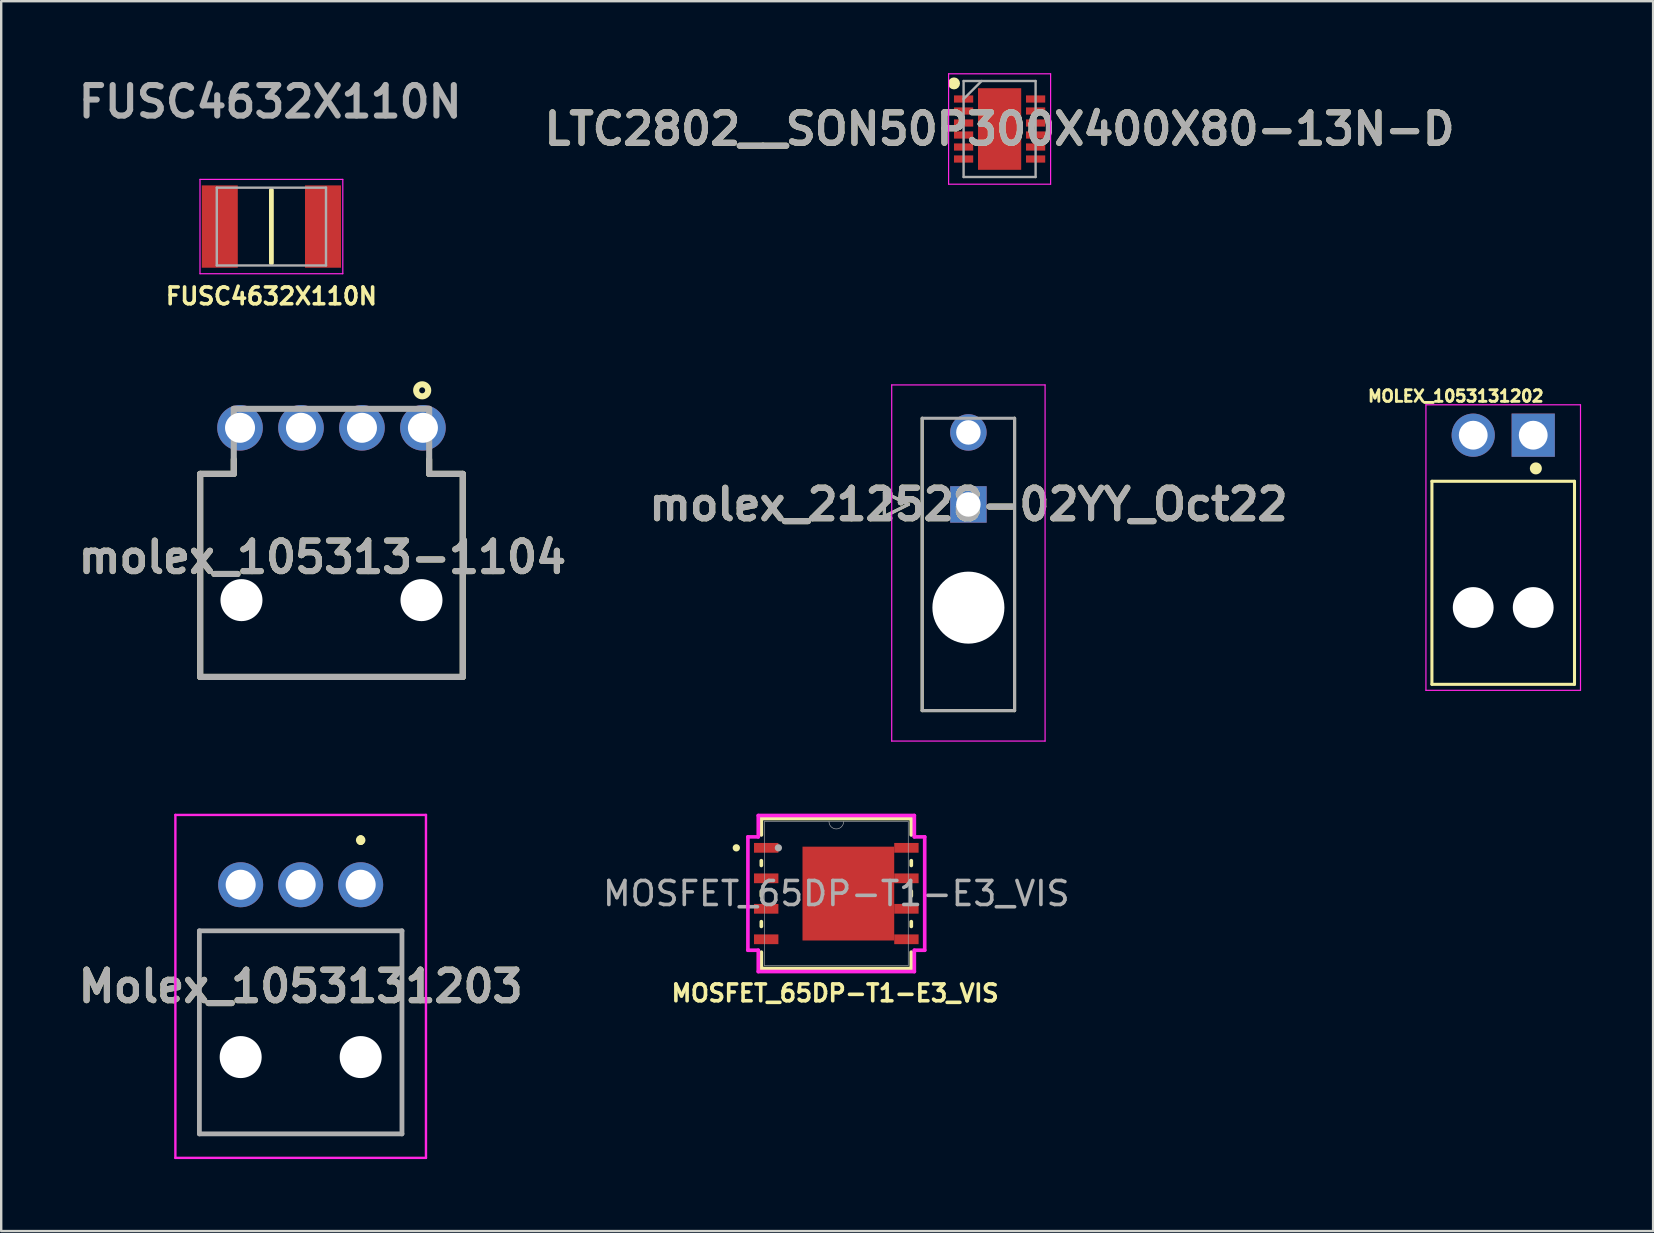
<source format=kicad_pcb>
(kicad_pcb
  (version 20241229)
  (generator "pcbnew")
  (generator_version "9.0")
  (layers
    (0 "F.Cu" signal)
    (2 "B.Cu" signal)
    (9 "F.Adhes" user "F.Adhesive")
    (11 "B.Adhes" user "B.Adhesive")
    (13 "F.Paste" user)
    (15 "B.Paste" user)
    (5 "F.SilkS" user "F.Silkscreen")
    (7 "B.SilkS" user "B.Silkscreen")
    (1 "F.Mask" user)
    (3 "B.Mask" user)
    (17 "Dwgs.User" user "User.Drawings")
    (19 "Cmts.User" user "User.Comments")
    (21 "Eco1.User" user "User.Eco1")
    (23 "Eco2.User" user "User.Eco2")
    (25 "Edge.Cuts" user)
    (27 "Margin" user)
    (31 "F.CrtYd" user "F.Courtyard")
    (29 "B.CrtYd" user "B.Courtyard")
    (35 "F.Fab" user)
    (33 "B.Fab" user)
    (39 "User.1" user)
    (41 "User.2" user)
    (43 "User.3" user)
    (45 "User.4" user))
  (footprint "molex_212528-02YY_Oct22"
    (layer "F.Cu")
    (at 37.296 17.966)
    (property "Reference" "molex_212528-02YY_Oct22" (at 0 0 0) (layer "F.SilkS") (effects (font (size 1.27 1.27) (thickness 0.254))))
    (attr through_hole)
    (fp_line (start -3.5 -0.5) (end -2.5 0) (stroke (width 0.127) (type solid)) (layer "F.SilkS"))
    (fp_line (start -3.5 0.5) (end -3.5 -0.5) (stroke (width 0.127) (type solid)) (layer "F.SilkS"))
    (fp_line (start -2.5 0) (end -3.5 0.5) (stroke (width 0.127) (type solid)) (layer "F.SilkS"))
    (fp_line (start -1.925 8.59) (end -1.925 -3.59) (stroke (width 0.127) (type solid)) (layer "F.SilkS"))
    (fp_line (start 1.925 -3.59) (end 1.925 8.59) (stroke (width 0.127) (type solid)) (layer "F.SilkS"))
    (fp_line (start 1.925 8.59) (end -1.925 8.59) (stroke (width 0.127) (type solid)) (layer "F.SilkS"))
    (fp_line (start -3.195 -4.979) (end 3.195 -4.979) (stroke (width 0.05) (type solid)) (layer "F.CrtYd"))
    (fp_line (start -3.195 9.86) (end -3.195 -4.979) (stroke (width 0.05) (type solid)) (layer "F.CrtYd"))
    (fp_line (start 3.195 -4.979) (end 3.195 9.86) (stroke (width 0.05) (type solid)) (layer "F.CrtYd"))
    (fp_line (start 3.195 9.86) (end -3.195 9.86) (stroke (width 0.05) (type solid)) (layer "F.CrtYd"))
    (fp_line (start -3.5 -0.5) (end -2.5 0) (stroke (width 0.127) (type solid)) (layer "F.Fab"))
    (fp_line (start -3.5 0.5) (end -3.5 -0.5) (stroke (width 0.127) (type solid)) (layer "F.Fab"))
    (fp_line (start -2.5 0) (end -3.5 0.5) (stroke (width 0.127) (type solid)) (layer "F.Fab"))
    (fp_line (start -1.925 -3.59) (end 1.925 -3.59) (stroke (width 0.127) (type solid)) (layer "F.Fab"))
    (fp_line (start -1.925 8.59) (end -1.925 -3.59) (stroke (width 0.127) (type solid)) (layer "F.Fab"))
    (fp_line (start 1.925 -3.59) (end 1.925 8.59) (stroke (width 0.127) (type solid)) (layer "F.Fab"))
    (fp_line (start 1.925 8.59) (end -1.925 8.59) (stroke (width 0.127) (type solid)) (layer "F.Fab"))
    (fp_text user "${REFERENCE}" (at 0 0 0) (layer "F.Fab") (effects (font (size 1.27 1.27) (thickness 0.254))))
    (pad "" np_thru_hole circle (at 0 4.3) (size 3 3) (drill 3) (layers "*.Cu" "*.Mask"))
    (pad "1" thru_hole rect (at 0 0) (size 1.52 1.52) (drill 1.02) (layers "*.Cu" "*.Mask"))
    (pad "2" thru_hole circle (at 0 -3) (size 1.52 1.52) (drill 1.02) (layers "*.Cu" "*.Mask")))
  (footprint "MOLEX_1053131202"
    (layer "F.Cu")
    (at 60.828 15.081)
    (property "Reference" "MOLEX_1053131202" (at -3.226 -1.627 0) (layer "F.SilkS") (effects (font (size 0.481 0.481) (thickness 0.12))))
    (attr through_hole)
    (fp_line (start -4.22 1.92) (end 1.72 1.92) (stroke (width 0.127) (type solid)) (layer "F.SilkS"))
    (fp_line (start -4.22 10.38) (end -4.22 1.92) (stroke (width 0.127) (type solid)) (layer "F.SilkS"))
    (fp_line (start 1.72 1.92) (end 1.72 10.38) (stroke (width 0.127) (type solid)) (layer "F.SilkS"))
    (fp_line (start 1.72 10.38) (end -4.22 10.38) (stroke (width 0.127) (type solid)) (layer "F.SilkS"))
    (fp_circle (center 0.11 1.384) (end 0.36 1.384) (stroke (width 0) (type solid)) (fill yes) (layer "F.SilkS"))
    (fp_line (start -4.47 -1.266) (end 1.97 -1.266) (stroke (width 0.05) (type solid)) (layer "F.CrtYd"))
    (fp_line (start -4.47 10.63) (end -4.47 -1.266) (stroke (width 0.05) (type solid)) (layer "F.CrtYd"))
    (fp_line (start 1.97 -1.266) (end 1.97 10.63) (stroke (width 0.05) (type solid)) (layer "F.CrtYd"))
    (fp_line (start 1.97 10.63) (end -4.47 10.63) (stroke (width 0.05) (type solid)) (layer "F.CrtYd"))
    (pad "" np_thru_hole circle (at -2.5 7.18) (size 1.7 1.7) (drill 1.7) (layers "*.Cu" "*.Mask"))
    (pad "" np_thru_hole circle (at 0 7.18) (size 1.7 1.7) (drill 1.7) (layers "*.Cu" "*.Mask"))
    (pad "1" thru_hole rect (at 0 0) (size 1.8 1.8) (drill 1.2) (layers "*.Cu" "*.Mask"))
    (pad "2" thru_hole circle (at -2.5 0) (size 1.8 1.8) (drill 1.2) (layers "*.Cu" "*.Mask")))
  (footprint "Molex_1053131203"
    (layer "F.Cu")
    (at 11.977 33.811)
    (property "Reference" "Molex_1053131203" (at -2.5 4.235 0) (layer "F.SilkS") (effects (font (size 1.27 1.27) (thickness 0.254))))
    (attr through_hole)
    (fp_line (start -6.72 1.92) (end 1.72 1.92) (stroke (width 0.1) (type solid)) (layer "F.SilkS"))
    (fp_line (start -6.72 10.38) (end -6.72 1.92) (stroke (width 0.1) (type solid)) (layer "F.SilkS"))
    (fp_line (start 0 -1.91) (end 0 -1.91) (stroke (width 0.3) (type solid)) (layer "F.SilkS"))
    (fp_line (start 0 -1.81) (end 0 -1.81) (stroke (width 0.3) (type solid)) (layer "F.SilkS"))
    (fp_line (start 1.72 1.92) (end 1.72 10.38) (stroke (width 0.1) (type solid)) (layer "F.SilkS"))
    (fp_line (start 1.72 10.38) (end -6.72 10.38) (stroke (width 0.1) (type solid)) (layer "F.SilkS"))
    (fp_arc (start 0 -1.91) (mid 0.05 -1.86) (end 0 -1.81) (stroke (width 0.3) (type solid)) (layer "F.SilkS"))
    (fp_arc (start 0 -1.81) (mid -0.05 -1.86) (end 0 -1.91) (stroke (width 0.3) (type solid)) (layer "F.SilkS"))
    (fp_line (start -7.72 -2.91) (end 2.72 -2.91) (stroke (width 0.1) (type solid)) (layer "F.CrtYd"))
    (fp_line (start -7.72 11.38) (end -7.72 -2.91) (stroke (width 0.1) (type solid)) (layer "F.CrtYd"))
    (fp_line (start 2.72 -2.91) (end 2.72 11.38) (stroke (width 0.1) (type solid)) (layer "F.CrtYd"))
    (fp_line (start 2.72 11.38) (end -7.72 11.38) (stroke (width 0.1) (type solid)) (layer "F.CrtYd"))
    (fp_line (start -6.72 1.92) (end 1.72 1.92) (stroke (width 0.2) (type solid)) (layer "F.Fab"))
    (fp_line (start -6.72 10.38) (end -6.72 1.92) (stroke (width 0.2) (type solid)) (layer "F.Fab"))
    (fp_line (start 1.72 1.92) (end 1.72 10.38) (stroke (width 0.2) (type solid)) (layer "F.Fab"))
    (fp_line (start 1.72 10.38) (end -6.72 10.38) (stroke (width 0.2) (type solid)) (layer "F.Fab"))
    (fp_text user "${REFERENCE}" (at -2.5 4.235 0) (layer "F.Fab") (effects (font (size 1.27 1.27) (thickness 0.254))))
    (pad "" np_thru_hole circle (at -5 7.18) (size 1.75 1.75) (drill 1.75) (layers "*.Cu" "*.Mask"))
    (pad "" np_thru_hole circle (at 0 7.18) (size 1.75 1.75) (drill 1.75) (layers "*.Cu" "*.Mask"))
    (pad "1" thru_hole circle (at 0 0) (size 1.875 1.875) (drill 1.25) (layers "*.Cu" "*.Mask"))
    (pad "2" thru_hole circle (at -2.5 0) (size 1.875 1.875) (drill 1.25) (layers "*.Cu" "*.Mask"))
    (pad "3" thru_hole circle (at -5 0) (size 1.875 1.875) (drill 1.25) (layers "*.Cu" "*.Mask")))
  (footprint "MOSFET_65DP-T1-E3_VIS"
    (layer "F.Cu")
    (at 31.793 34.178)
    (property "Reference" "MOSFET_65DP-T1-E3_VIS" (at -0.05 4.15 0) (unlocked yes) (layer "F.SilkS") (effects (font (size 0.7 0.7) (thickness 0.15))))
    (attr smd)
    (fp_poly (pts (xy -1.422 -1.956) (xy 2.413 -1.956) (xy 2.413 -2.108) (xy 3.429 -2.108) (xy 3.429 -1.702) (xy 2.413 -1.702) (xy 2.413 -0.838) (xy 3.429 -0.838) (xy 3.429 -0.432) (xy 2.413 -0.432) (xy 2.413 0.432) (xy 3.429 0.432) (xy 3.429 0.838) (xy 2.413 0.838) (xy 2.413 1.702) (xy 3.429 1.702) (xy 3.429 2.108) (xy 2.413 2.108) (xy 2.413 1.956) (xy -1.422 1.956)) (stroke (width 0) (type solid)) (fill yes) (layer "F.Mask"))
    (fp_line (start -3.124 -3.124) (end -3.124 -2.441) (stroke (width 0.152) (type solid)) (layer "F.SilkS"))
    (fp_line (start -3.124 -1.369) (end -3.124 -1.171) (stroke (width 0.152) (type solid)) (layer "F.SilkS"))
    (fp_line (start -3.124 -0.099) (end -3.124 0.099) (stroke (width 0.152) (type solid)) (layer "F.SilkS"))
    (fp_line (start -3.124 1.171) (end -3.124 1.369) (stroke (width 0.152) (type solid)) (layer "F.SilkS"))
    (fp_line (start -3.124 2.441) (end -3.124 3.124) (stroke (width 0.152) (type solid)) (layer "F.SilkS"))
    (fp_line (start -3.124 3.124) (end 3.124 3.124) (stroke (width 0.152) (type solid)) (layer "F.SilkS"))
    (fp_line (start 3.124 -3.124) (end -3.124 -3.124) (stroke (width 0.152) (type solid)) (layer "F.SilkS"))
    (fp_line (start 3.124 -2.441) (end 3.124 -3.124) (stroke (width 0.152) (type solid)) (layer "F.SilkS"))
    (fp_line (start 3.124 -1.171) (end 3.124 -1.369) (stroke (width 0.152) (type solid)) (layer "F.SilkS"))
    (fp_line (start 3.124 0.099) (end 3.124 -0.099) (stroke (width 0.152) (type solid)) (layer "F.SilkS"))
    (fp_line (start 3.124 1.369) (end 3.124 1.171) (stroke (width 0.152) (type solid)) (layer "F.SilkS"))
    (fp_line (start 3.124 3.124) (end 3.124 2.441) (stroke (width 0.152) (type solid)) (layer "F.SilkS"))
    (fp_circle (center -4.166 -1.905) (end -4.089 -1.905) (stroke (width 0.152) (type solid)) (fill no) (layer "F.SilkS"))
    (fp_poly (pts (xy -1.818 -1.856) (xy -1.818 -0.752) (xy -0.739 -0.752) (xy -0.739 -1.856)) (stroke (width 0) (type solid)) (fill yes) (layer "F.Paste"))
    (fp_poly (pts (xy -1.818 -0.552) (xy -1.818 0.552) (xy -0.739 0.552) (xy -0.739 -0.552)) (stroke (width 0) (type solid)) (fill yes) (layer "F.Paste"))
    (fp_poly (pts (xy -1.818 0.752) (xy -1.818 1.856) (xy -0.739 1.856) (xy -0.739 0.752)) (stroke (width 0) (type solid)) (fill yes) (layer "F.Paste"))
    (fp_poly (pts (xy -0.539 -1.856) (xy -0.539 -0.752) (xy 0.539 -0.752) (xy 0.539 -1.856)) (stroke (width 0) (type solid)) (fill yes) (layer "F.Paste"))
    (fp_poly (pts (xy -0.539 -0.552) (xy -0.539 0.552) (xy 0.539 0.552) (xy 0.539 -0.552)) (stroke (width 0) (type solid)) (fill yes) (layer "F.Paste"))
    (fp_poly (pts (xy -0.539 0.752) (xy -0.539 1.856) (xy 0.539 1.856) (xy 0.539 0.752)) (stroke (width 0) (type solid)) (fill yes) (layer "F.Paste"))
    (fp_poly (pts (xy 0.739 -1.856) (xy 0.739 -0.752) (xy 1.818 -0.752) (xy 1.818 -1.856)) (stroke (width 0) (type solid)) (fill yes) (layer "F.Paste"))
    (fp_poly (pts (xy 0.739 -0.552) (xy 0.739 0.552) (xy 1.818 0.552) (xy 1.818 -0.552)) (stroke (width 0) (type solid)) (fill yes) (layer "F.Paste"))
    (fp_poly (pts (xy 0.739 0.752) (xy 0.739 1.856) (xy 1.818 1.856) (xy 1.818 0.752)) (stroke (width 0) (type solid)) (fill yes) (layer "F.Paste"))
    (fp_poly (pts (xy 3.429 -2.108) (xy 3.429 -1.702) (xy 2.413 -1.702) (xy 2.413 -0.838) (xy 3.429 -0.838) (xy 3.429 -0.432) (xy 2.413 -0.432) (xy 2.413 0.432) (xy 3.429 0.432) (xy 3.429 0.838) (xy 2.413 0.838) (xy 2.413 1.702) (xy 3.429 1.702) (xy 3.429 2.108) (xy 2.413 2.108) (xy 2.413 1.956) (xy -1.422 1.956) (xy -1.422 -1.956) (xy 2.413 -1.956) (xy 2.413 -2.108)) (stroke (width 0) (type solid)) (fill yes) (layer "F.Paste"))
    (fp_line (start -3.683 -2.362) (end -3.251 -2.362) (stroke (width 0.152) (type solid)) (layer "F.CrtYd"))
    (fp_line (start -3.683 2.362) (end -3.683 -2.362) (stroke (width 0.152) (type solid)) (layer "F.CrtYd"))
    (fp_line (start -3.683 2.362) (end -3.251 2.362) (stroke (width 0.152) (type solid)) (layer "F.CrtYd"))
    (fp_line (start -3.251 -3.251) (end 3.251 -3.251) (stroke (width 0.152) (type solid)) (layer "F.CrtYd"))
    (fp_line (start -3.251 -2.362) (end -3.251 -3.251) (stroke (width 0.152) (type solid)) (layer "F.CrtYd"))
    (fp_line (start -3.251 3.251) (end -3.251 2.362) (stroke (width 0.152) (type solid)) (layer "F.CrtYd"))
    (fp_line (start 3.251 -3.251) (end 3.251 -2.362) (stroke (width 0.152) (type solid)) (layer "F.CrtYd"))
    (fp_line (start 3.251 2.362) (end 3.251 3.251) (stroke (width 0.152) (type solid)) (layer "F.CrtYd"))
    (fp_line (start 3.251 3.251) (end -3.251 3.251) (stroke (width 0.152) (type solid)) (layer "F.CrtYd"))
    (fp_line (start 3.683 -2.362) (end 3.251 -2.362) (stroke (width 0.152) (type solid)) (layer "F.CrtYd"))
    (fp_line (start 3.683 -2.362) (end 3.683 2.362) (stroke (width 0.152) (type solid)) (layer "F.CrtYd"))
    (fp_line (start 3.683 2.362) (end 3.251 2.362) (stroke (width 0.152) (type solid)) (layer "F.CrtYd"))
    (fp_line (start -2.997 -2.997) (end -2.997 2.997) (stroke (width 0.025) (type solid)) (layer "F.Fab"))
    (fp_line (start -2.997 2.997) (end 2.997 2.997) (stroke (width 0.025) (type solid)) (layer "F.Fab"))
    (fp_line (start 2.997 -2.997) (end -2.997 -2.997) (stroke (width 0.025) (type solid)) (layer "F.Fab"))
    (fp_line (start 2.997 2.997) (end 2.997 -2.997) (stroke (width 0.025) (type solid)) (layer "F.Fab"))
    (fp_arc (start 0.3048 -2.9972) (mid 0 -2.6924) (end -0.3048 -2.9972) (stroke (width 0.0254) (type solid)) (layer "F.Fab"))
    (fp_circle (center -2.413 -1.905) (end -2.413 -1.905) (stroke (width 0.152) (type solid)) (fill no) (layer "F.Fab"))
    (fp_text user "${REFERENCE}" (at 0 0 0) (unlocked yes) (layer "F.Fab") (effects (font (size 1 1) (thickness 0.15))))
    (pad "1" smd rect (at -2.921 -1.905) (size 1.016 0.406) (layers "F.Cu" "F.Mask" "F.Paste"))
    (pad "2" smd rect (at -2.921 -0.635) (size 1.016 0.406) (layers "F.Cu" "F.Mask" "F.Paste"))
    (pad "3" smd rect (at -2.921 0.635) (size 1.016 0.406) (layers "F.Cu" "F.Mask" "F.Paste"))
    (pad "4" smd rect (at -2.921 1.905) (size 1.016 0.406) (layers "F.Cu" "F.Mask" "F.Paste"))
    (pad "5" smd rect (at 2.921 1.905) (size 1.016 0.406) (layers "F.Cu" "F.Mask" "F.Paste"))
    (pad "6" smd rect (at 2.921 0.635) (size 1.016 0.406) (layers "F.Cu" "F.Mask" "F.Paste"))
    (pad "7" smd rect (at 2.921 -0.635) (size 1.016 0.406) (layers "F.Cu" "F.Mask" "F.Paste"))
    (pad "8" smd rect (at 0.502 0.001) (size 3.821 3.909) (layers "F.Cu" "F.Mask" "F.Paste"))
    (pad "8" smd rect (at 2.921 -1.905) (size 1.016 0.406) (layers "F.Cu" "F.Mask" "F.Paste")))
  (footprint "molex_105313-1104"
    (layer "F.Cu")
    (at 10.76 25.153)
    (property "Reference" "molex_105313-1104" (at -0.376 -4.985 0) (layer "F.SilkS") (effects (font (size 1.27 1.27) (thickness 0.254))))
    (attr through_hole)
    (fp_line (start -5.47 -8.46) (end -5.47 0) (stroke (width 0.254) (type solid)) (layer "F.SilkS"))
    (fp_line (start -5.47 0) (end 5.47 0) (stroke (width 0.254) (type solid)) (layer "F.SilkS"))
    (fp_line (start -4.07 -8.46) (end -5.47 -8.46) (stroke (width 0.254) (type solid)) (layer "F.SilkS"))
    (fp_line (start -4.07 -8.46) (end -4.07 -9.061) (stroke (width 0.254) (type solid)) (layer "F.SilkS"))
    (fp_line (start 4.07 -8.46) (end 4.07 -9.061) (stroke (width 0.254) (type solid)) (layer "F.SilkS"))
    (fp_line (start 5.47 -8.46) (end 4.07 -8.46) (stroke (width 0.254) (type solid)) (layer "F.SilkS"))
    (fp_line (start 5.47 0) (end 5.47 -8.46) (stroke (width 0.254) (type solid)) (layer "F.SilkS"))
    (fp_circle (center 3.779 -11.941) (end 3.779 -11.817) (stroke (width 0.254) (type solid)) (fill no) (layer "F.SilkS"))
    (fp_line (start -5.47 -8.46) (end -4.07 -8.46) (stroke (width 0.254) (type solid)) (layer "F.Fab"))
    (fp_line (start -5.47 0) (end -5.47 -8.46) (stroke (width 0.254) (type solid)) (layer "F.Fab"))
    (fp_line (start -4.07 -11.17) (end -4.07 -8.46) (stroke (width 0.254) (type solid)) (layer "F.Fab"))
    (fp_line (start -4.07 -11.17) (end 4.07 -11.17) (stroke (width 0.254) (type solid)) (layer "F.Fab"))
    (fp_line (start 4.07 -11.17) (end 4.07 -8.46) (stroke (width 0.254) (type solid)) (layer "F.Fab"))
    (fp_line (start 4.07 -8.46) (end 5.47 -8.46) (stroke (width 0.254) (type solid)) (layer "F.Fab"))
    (fp_line (start 5.47 0) (end -5.47 0) (stroke (width 0.254) (type solid)) (layer "F.Fab"))
    (fp_line (start 5.47 0) (end 5.47 -8.46) (stroke (width 0.254) (type solid)) (layer "F.Fab"))
    (fp_text user "${REFERENCE}" (at -0.376 -4.985 0) (layer "F.Fab") (effects (font (size 1.27 1.27) (thickness 0.254))))
    (pad "" np_thru_hole circle (at -3.75 -3.2) (size 1.75 1.75) (drill 1.75) (layers "*.Cu" "*.Mask"))
    (pad "" np_thru_hole circle (at 3.75 -3.2) (size 1.75 1.75) (drill 1.75) (layers "*.Cu" "*.Mask"))
    (pad "1" thru_hole circle (at 3.81 -10.38) (size 1.9 1.9) (drill 1.25) (layers "*.Cu" "*.Mask"))
    (pad "2" thru_hole circle (at 1.27 -10.38) (size 1.9 1.9) (drill 1.25) (layers "*.Cu" "*.Mask"))
    (pad "3" thru_hole circle (at -1.27 -10.38) (size 1.9 1.9) (drill 1.25) (layers "*.Cu" "*.Mask"))
    (pad "4" thru_hole circle (at -3.81 -10.38) (size 1.9 1.9) (drill 1.25) (layers "*.Cu" "*.Mask")))
  (footprint "LTC2802__SON50P300X400X80-13N-D"
    (layer "F.Cu")
    (at 38.596 2.325)
    (property "Reference" "LTC2802__SON50P300X400X80-13N-D" (at 0 0 0) (layer "F.SilkS") (effects (font (size 1.27 1.27) (thickness 0.254))))
    (attr smd)
    (fp_circle (center -1.9 -1.9) (end -1.9 -1.775) (stroke (width 0.25) (type solid)) (fill no) (layer "F.SilkS"))
    (fp_line (start -2.125 -2.3) (end 2.125 -2.3) (stroke (width 0.05) (type solid)) (layer "F.CrtYd"))
    (fp_line (start -2.125 2.3) (end -2.125 -2.3) (stroke (width 0.05) (type solid)) (layer "F.CrtYd"))
    (fp_line (start 2.125 -2.3) (end 2.125 2.3) (stroke (width 0.05) (type solid)) (layer "F.CrtYd"))
    (fp_line (start 2.125 2.3) (end -2.125 2.3) (stroke (width 0.05) (type solid)) (layer "F.CrtYd"))
    (fp_line (start -1.5 -2) (end 1.5 -2) (stroke (width 0.1) (type solid)) (layer "F.Fab"))
    (fp_line (start -1.5 -1.25) (end -0.75 -2) (stroke (width 0.1) (type solid)) (layer "F.Fab"))
    (fp_line (start -1.5 2) (end -1.5 -2) (stroke (width 0.1) (type solid)) (layer "F.Fab"))
    (fp_line (start 1.5 -2) (end 1.5 2) (stroke (width 0.1) (type solid)) (layer "F.Fab"))
    (fp_line (start 1.5 2) (end -1.5 2) (stroke (width 0.1) (type solid)) (layer "F.Fab"))
    (fp_text user "${REFERENCE}" (at 0 0 0) (layer "F.Fab") (effects (font (size 1.27 1.27) (thickness 0.254))))
    (pad "1" smd rect (at -1.5 -1.25 90) (size 0.3 0.8) (layers "F.Cu" "F.Mask" "F.Paste"))
    (pad "2" smd rect (at -1.5 -0.75 90) (size 0.3 0.8) (layers "F.Cu" "F.Mask" "F.Paste"))
    (pad "3" smd rect (at -1.5 -0.25 90) (size 0.3 0.8) (layers "F.Cu" "F.Mask" "F.Paste"))
    (pad "4" smd rect (at -1.5 0.25 90) (size 0.3 0.8) (layers "F.Cu" "F.Mask" "F.Paste"))
    (pad "5" smd rect (at -1.5 0.75 90) (size 0.3 0.8) (layers "F.Cu" "F.Mask" "F.Paste"))
    (pad "6" smd rect (at -1.5 1.25 90) (size 0.3 0.8) (layers "F.Cu" "F.Mask" "F.Paste"))
    (pad "7" smd rect (at 1.5 1.25 90) (size 0.3 0.8) (layers "F.Cu" "F.Mask" "F.Paste"))
    (pad "8" smd rect (at 1.5 0.75 90) (size 0.3 0.8) (layers "F.Cu" "F.Mask" "F.Paste"))
    (pad "9" smd rect (at 1.5 0.25 90) (size 0.3 0.8) (layers "F.Cu" "F.Mask" "F.Paste"))
    (pad "10" smd rect (at 1.5 -0.25 90) (size 0.3 0.8) (layers "F.Cu" "F.Mask" "F.Paste"))
    (pad "11" smd rect (at 1.5 -0.75 90) (size 0.3 0.8) (layers "F.Cu" "F.Mask" "F.Paste"))
    (pad "12" smd rect (at 1.5 -1.25 90) (size 0.3 0.8) (layers "F.Cu" "F.Mask" "F.Paste"))
    (pad "13" smd rect (at 0 0) (size 1.8 3.4) (layers "F.Cu" "F.Mask" "F.Paste")))
  (footprint "FUSC4632X110N"
    (layer "F.Cu")
    (at 8.257 6.389)
    (property "Reference" "FUSC4632X110N" (at 0 2.9 180) (layer "F.SilkS") (effects (font (size 0.7 0.7) (thickness 0.15))))
    (attr smd)
    (fp_line (start 0 -1.52) (end 0 1.52) (stroke (width 0.2) (type solid)) (layer "F.SilkS"))
    (fp_line (start -2.975 -1.965) (end 2.975 -1.965) (stroke (width 0.05) (type solid)) (layer "F.CrtYd"))
    (fp_line (start -2.975 1.965) (end -2.975 -1.965) (stroke (width 0.05) (type solid)) (layer "F.CrtYd"))
    (fp_line (start 2.975 -1.965) (end 2.975 1.965) (stroke (width 0.05) (type solid)) (layer "F.CrtYd"))
    (fp_line (start 2.975 1.965) (end -2.975 1.965) (stroke (width 0.05) (type solid)) (layer "F.CrtYd"))
    (fp_line (start -2.275 -1.62) (end 2.275 -1.62) (stroke (width 0.1) (type solid)) (layer "F.Fab"))
    (fp_line (start -2.275 1.62) (end -2.275 -1.62) (stroke (width 0.1) (type solid)) (layer "F.Fab"))
    (fp_line (start 2.275 -1.62) (end 2.275 1.62) (stroke (width 0.1) (type solid)) (layer "F.Fab"))
    (fp_line (start 2.275 1.62) (end -2.275 1.62) (stroke (width 0.1) (type solid)) (layer "F.Fab"))
    (fp_text user "${REFERENCE}" (at -0.05 -5.2 180) (layer "F.Fab") (effects (font (size 1.27 1.27) (thickness 0.254))))
    (pad "1" smd rect (at -2.15 0) (size 1.5 3.43) (layers "F.Cu" "F.Mask" "F.Paste"))
    (pad "2" smd rect (at 2.15 0) (size 1.5 3.43) (layers "F.Cu" "F.Mask" "F.Paste")))
  (gr_rect
    (start -3 -3)
    (end 65.823 48.241)
    (stroke (width 0.1) (type default))
    (fill no)
    (layer "Edge.Cuts")))
</source>
